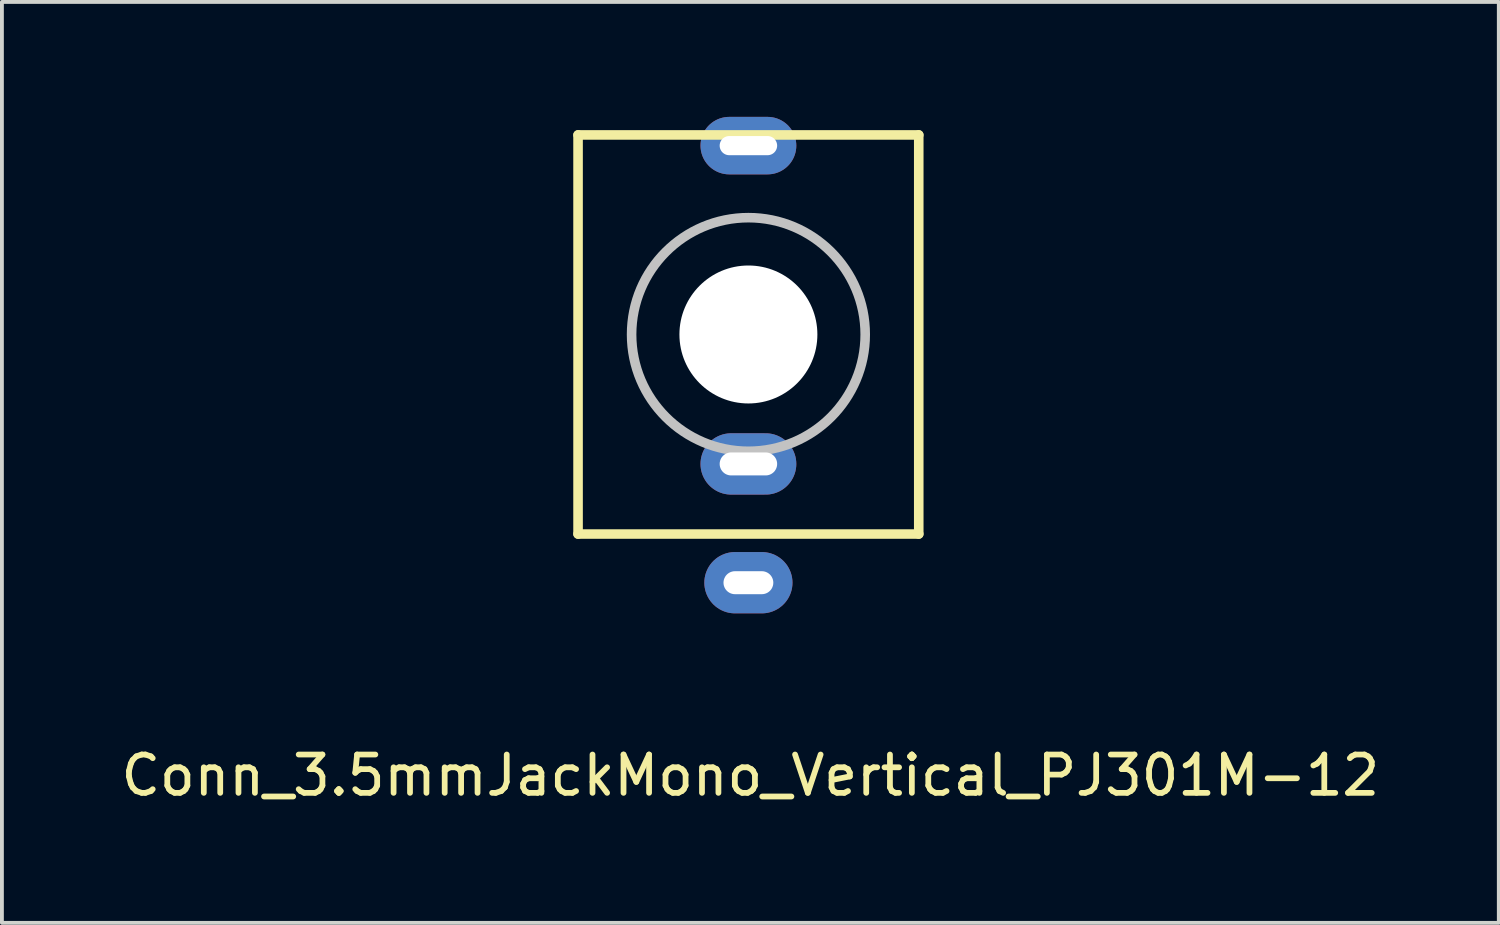
<source format=kicad_pcb>
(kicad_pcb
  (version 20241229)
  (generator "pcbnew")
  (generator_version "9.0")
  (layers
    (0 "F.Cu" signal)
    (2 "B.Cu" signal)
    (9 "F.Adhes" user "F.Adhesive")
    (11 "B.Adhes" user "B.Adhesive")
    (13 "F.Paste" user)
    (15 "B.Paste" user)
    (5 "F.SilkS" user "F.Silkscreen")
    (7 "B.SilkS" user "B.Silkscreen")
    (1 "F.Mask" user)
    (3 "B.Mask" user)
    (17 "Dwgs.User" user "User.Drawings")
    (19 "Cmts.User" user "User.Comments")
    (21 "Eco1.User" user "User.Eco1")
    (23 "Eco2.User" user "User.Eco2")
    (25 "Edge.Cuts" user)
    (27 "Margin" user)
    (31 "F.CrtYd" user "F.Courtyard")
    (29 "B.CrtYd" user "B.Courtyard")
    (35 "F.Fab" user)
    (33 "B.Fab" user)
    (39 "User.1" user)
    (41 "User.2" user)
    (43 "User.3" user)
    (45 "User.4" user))
  (footprint "Conn_3.5mmJackMono_Vertical_PJ301M-12"
    (layer "F.Cu")
    (at 16.479 5.678)
    (property "Reference" "Conn_3.5mmJackMono_Vertical_PJ301M-12" (at 0.051 11.506 0) (layer "F.SilkS") (effects (font (size 1 1) (thickness 0.15))))
    (attr through_hole)
    (fp_line (start -4.445 -5.207) (end -4.445 5.207) (stroke (width 0.25) (type solid)) (layer "F.SilkS"))
    (fp_line (start -4.445 5.207) (end 4.445 5.207) (stroke (width 0.25) (type solid)) (layer "F.SilkS"))
    (fp_line (start 4.445 -5.207) (end -4.445 -5.207) (stroke (width 0.25) (type solid)) (layer "F.SilkS"))
    (fp_line (start 4.445 5.207) (end 4.445 -5.207) (stroke (width 0.25) (type solid)) (layer "F.SilkS"))
    (fp_circle (center 0 0) (end 0 3.048) (stroke (width 0.25) (type solid)) (fill no) (layer "Dwgs.User"))
    (pad "" np_thru_hole circle (at 0 0) (size 3.6 3.6) (drill 3.6) (layers "*.Cu" "*.Mask"))
    (pad "1" thru_hole oval (at 0 6.477) (size 2.3 1.6) (drill oval 1.3 0.6) (layers "*.Cu" "*.Mask"))
    (pad "2" thru_hole oval (at 0 3.378) (size 2.5 1.6) (drill oval 1.5 0.6) (layers "*.Cu" "*.Mask"))
    (pad "3" thru_hole oval (at 0 -4.928) (size 2.5 1.5) (drill oval 1.5 0.5) (layers "*.Cu" "*.Mask")))
  (gr_rect
    (start -3 -3)
    (end 36.06 21.032)
    (stroke (width 0.1) (type default))
    (fill no)
    (layer "Edge.Cuts")))
</source>
